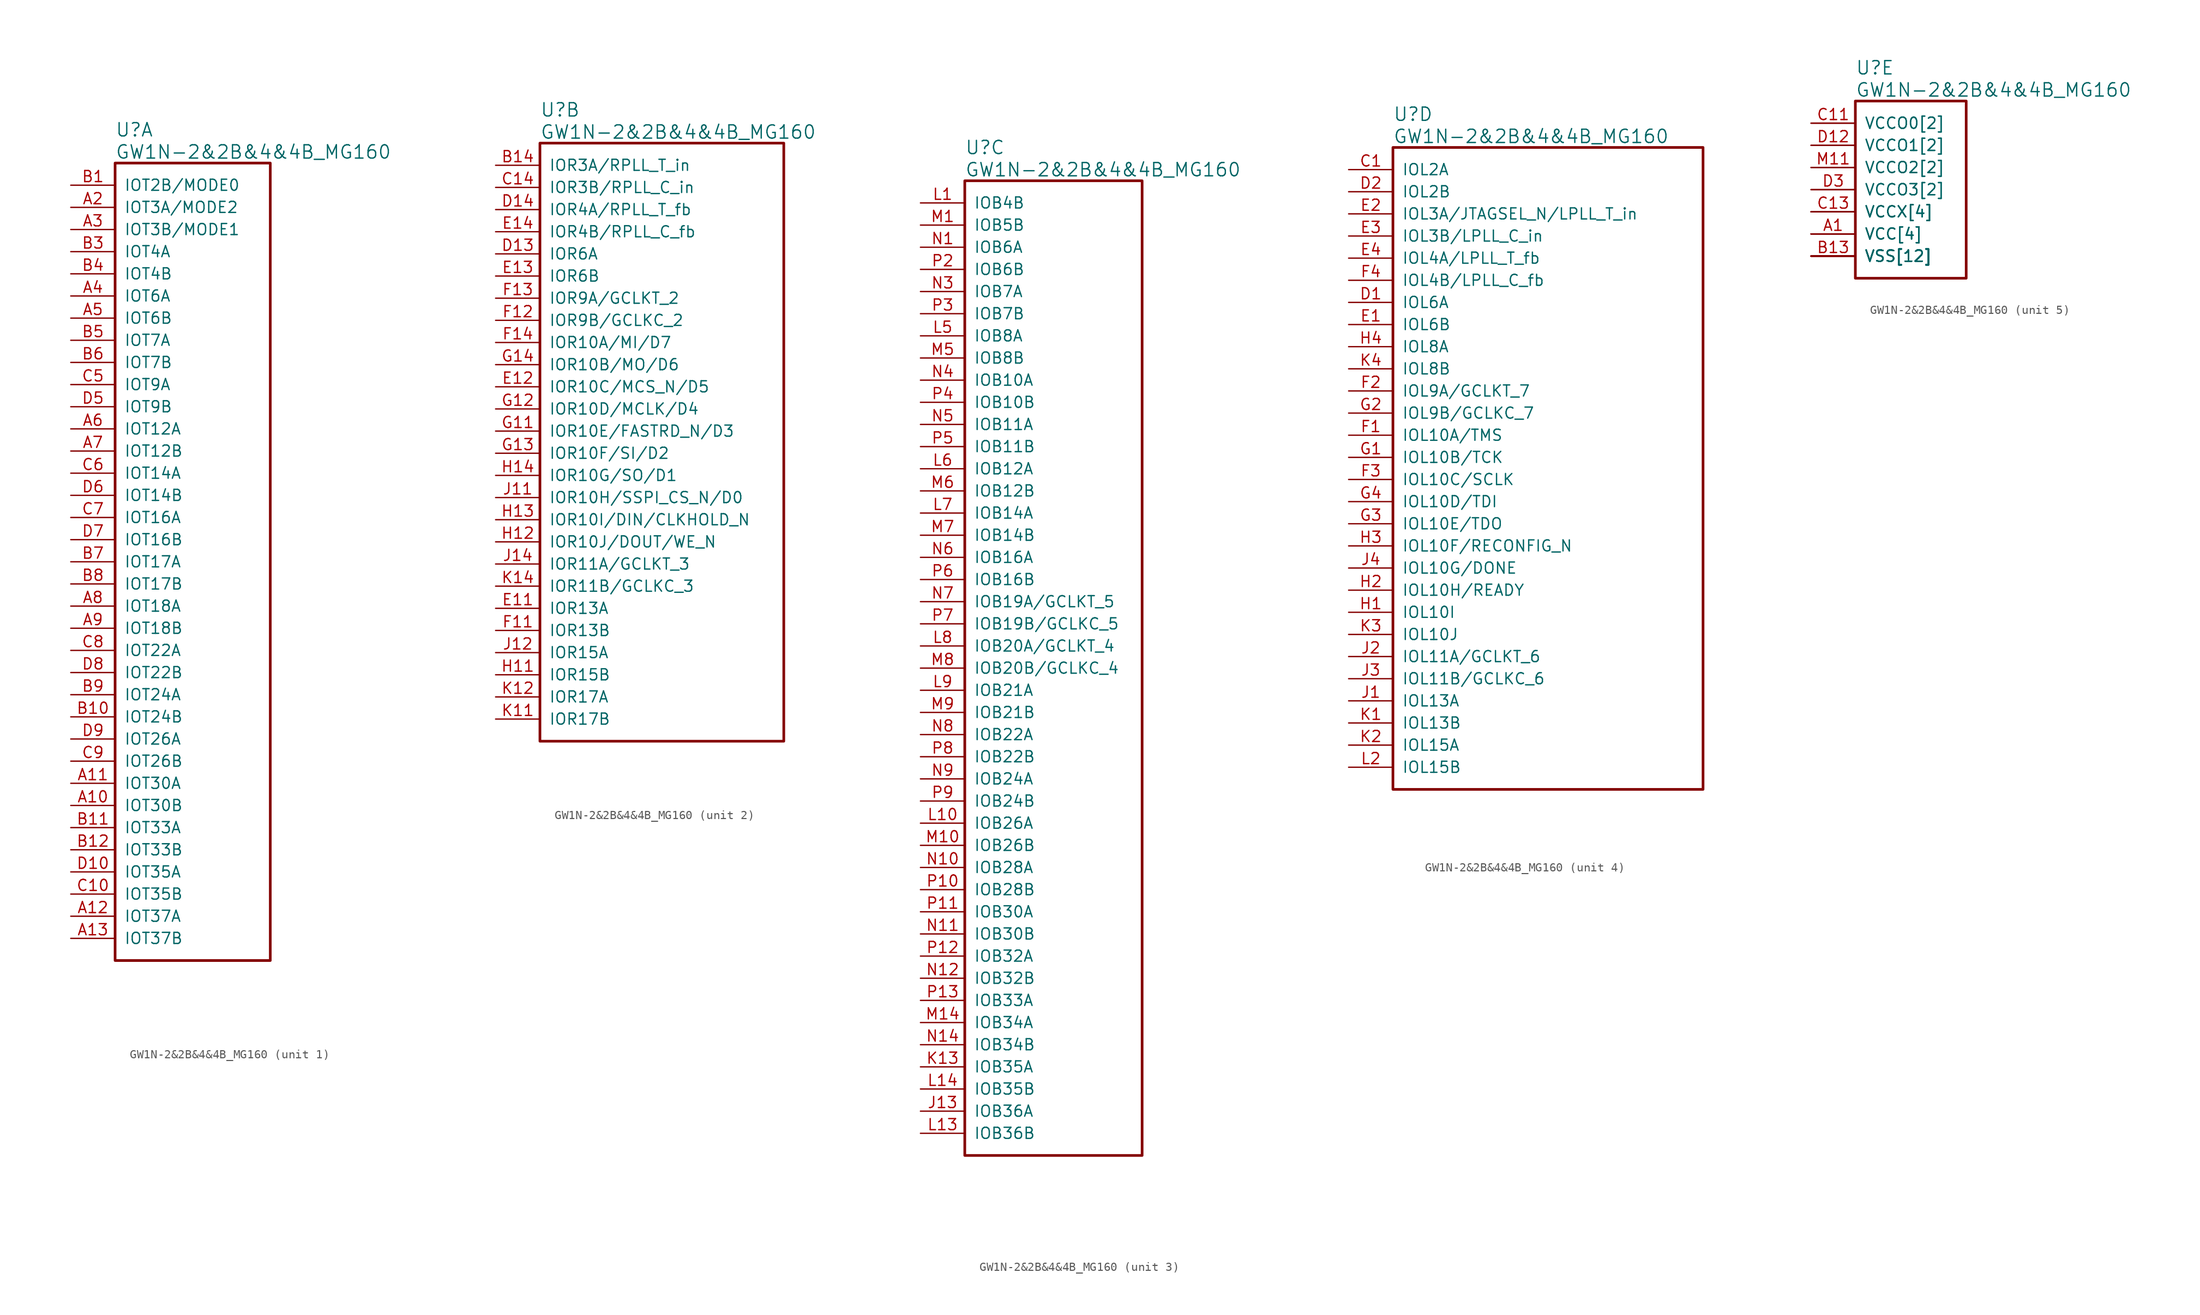
<source format=kicad_sym>
(kicad_symbol_lib
  (version 20220914)
  (generator kicad_symbol_editor)
  (symbol "GW1N-2&2B&4&4B_MG160"
    (pin_names
      (offset 1.016))
    (property "Reference" "U"
      (at 5.08 6.35 0)
      (effects (font (size 1.524 1.524)) (justify left)))
    (property "Value" "GW1N-2&2B&4&4B_MG160"
      (at 5.08 3.81 0)
      (effects (font (size 1.524 1.524)) (justify left)))
    (property "ki_locked" ""
      (at 0 0 0)
      (effects (font (size 1.27 1.27))))
    (symbol "GW1N-2&2B&4&4B_MG160_1_1"
      (rectangle (start 5.08 2.54) (end 22.86 -88.9) (stroke (width 0.305) (type solid)) (fill (type none)))
      (pin bidirectional line (at 0 -71.12 0) (length 5.08) (name "IOT30B" (effects (font (size 1.27 1.27)))) (number "A10" (effects (font (size 1.27 1.27)))))
      (pin bidirectional line (at 0 -68.58 0) (length 5.08) (name "IOT30A" (effects (font (size 1.27 1.27)))) (number "A11" (effects (font (size 1.27 1.27)))))
      (pin bidirectional line (at 0 -83.82 0) (length 5.08) (name "IOT37A" (effects (font (size 1.27 1.27)))) (number "A12" (effects (font (size 1.27 1.27)))))
      (pin bidirectional line (at 0 -86.36 0) (length 5.08) (name "IOT37B" (effects (font (size 1.27 1.27)))) (number "A13" (effects (font (size 1.27 1.27)))))
      (pin bidirectional line (at 0 -2.54 0) (length 5.08) (name "IOT3A/MODE2" (effects (font (size 1.27 1.27)))) (number "A2" (effects (font (size 1.27 1.27)))))
      (pin bidirectional line (at 0 -5.08 0) (length 5.08) (name "IOT3B/MODE1" (effects (font (size 1.27 1.27)))) (number "A3" (effects (font (size 1.27 1.27)))))
      (pin bidirectional line (at 0 -12.7 0) (length 5.08) (name "IOT6A" (effects (font (size 1.27 1.27)))) (number "A4" (effects (font (size 1.27 1.27)))))
      (pin bidirectional line (at 0 -15.24 0) (length 5.08) (name "IOT6B" (effects (font (size 1.27 1.27)))) (number "A5" (effects (font (size 1.27 1.27)))))
      (pin bidirectional line (at 0 -27.94 0) (length 5.08) (name "IOT12A" (effects (font (size 1.27 1.27)))) (number "A6" (effects (font (size 1.27 1.27)))))
      (pin bidirectional line (at 0 -30.48 0) (length 5.08) (name "IOT12B" (effects (font (size 1.27 1.27)))) (number "A7" (effects (font (size 1.27 1.27)))))
      (pin bidirectional line (at 0 -48.26 0) (length 5.08) (name "IOT18A" (effects (font (size 1.27 1.27)))) (number "A8" (effects (font (size 1.27 1.27)))))
      (pin bidirectional line (at 0 -50.8 0) (length 5.08) (name "IOT18B" (effects (font (size 1.27 1.27)))) (number "A9" (effects (font (size 1.27 1.27)))))
      (pin bidirectional line (at 0 0 0) (length 5.08) (name "IOT2B/MODE0" (effects (font (size 1.27 1.27)))) (number "B1" (effects (font (size 1.27 1.27)))))
      (pin bidirectional line (at 0 -60.96 0) (length 5.08) (name "IOT24B" (effects (font (size 1.27 1.27)))) (number "B10" (effects (font (size 1.27 1.27)))))
      (pin bidirectional line (at 0 -73.66 0) (length 5.08) (name "IOT33A" (effects (font (size 1.27 1.27)))) (number "B11" (effects (font (size 1.27 1.27)))))
      (pin bidirectional line (at 0 -76.2 0) (length 5.08) (name "IOT33B" (effects (font (size 1.27 1.27)))) (number "B12" (effects (font (size 1.27 1.27)))))
      (pin bidirectional line (at 0 -7.62 0) (length 5.08) (name "IOT4A" (effects (font (size 1.27 1.27)))) (number "B3" (effects (font (size 1.27 1.27)))))
      (pin bidirectional line (at 0 -10.16 0) (length 5.08) (name "IOT4B" (effects (font (size 1.27 1.27)))) (number "B4" (effects (font (size 1.27 1.27)))))
      (pin bidirectional line (at 0 -17.78 0) (length 5.08) (name "IOT7A" (effects (font (size 1.27 1.27)))) (number "B5" (effects (font (size 1.27 1.27)))))
      (pin bidirectional line (at 0 -20.32 0) (length 5.08) (name "IOT7B" (effects (font (size 1.27 1.27)))) (number "B6" (effects (font (size 1.27 1.27)))))
      (pin bidirectional line (at 0 -43.18 0) (length 5.08) (name "IOT17A" (effects (font (size 1.27 1.27)))) (number "B7" (effects (font (size 1.27 1.27)))))
      (pin bidirectional line (at 0 -45.72 0) (length 5.08) (name "IOT17B" (effects (font (size 1.27 1.27)))) (number "B8" (effects (font (size 1.27 1.27)))))
      (pin bidirectional line (at 0 -58.42 0) (length 5.08) (name "IOT24A" (effects (font (size 1.27 1.27)))) (number "B9" (effects (font (size 1.27 1.27)))))
      (pin bidirectional line (at 0 -81.28 0) (length 5.08) (name "IOT35B" (effects (font (size 1.27 1.27)))) (number "C10" (effects (font (size 1.27 1.27)))))
      (pin bidirectional line (at 0 -22.86 0) (length 5.08) (name "IOT9A" (effects (font (size 1.27 1.27)))) (number "C5" (effects (font (size 1.27 1.27)))))
      (pin bidirectional line (at 0 -33.02 0) (length 5.08) (name "IOT14A" (effects (font (size 1.27 1.27)))) (number "C6" (effects (font (size 1.27 1.27)))))
      (pin bidirectional line (at 0 -38.1 0) (length 5.08) (name "IOT16A" (effects (font (size 1.27 1.27)))) (number "C7" (effects (font (size 1.27 1.27)))))
      (pin bidirectional line (at 0 -53.34 0) (length 5.08) (name "IOT22A" (effects (font (size 1.27 1.27)))) (number "C8" (effects (font (size 1.27 1.27)))))
      (pin bidirectional line (at 0 -66.04 0) (length 5.08) (name "IOT26B" (effects (font (size 1.27 1.27)))) (number "C9" (effects (font (size 1.27 1.27)))))
      (pin bidirectional line (at 0 -78.74 0) (length 5.08) (name "IOT35A" (effects (font (size 1.27 1.27)))) (number "D10" (effects (font (size 1.27 1.27)))))
      (pin bidirectional line (at 0 -25.4 0) (length 5.08) (name "IOT9B" (effects (font (size 1.27 1.27)))) (number "D5" (effects (font (size 1.27 1.27)))))
      (pin bidirectional line (at 0 -35.56 0) (length 5.08) (name "IOT14B" (effects (font (size 1.27 1.27)))) (number "D6" (effects (font (size 1.27 1.27)))))
      (pin bidirectional line (at 0 -40.64 0) (length 5.08) (name "IOT16B" (effects (font (size 1.27 1.27)))) (number "D7" (effects (font (size 1.27 1.27)))))
      (pin bidirectional line (at 0 -55.88 0) (length 5.08) (name "IOT22B" (effects (font (size 1.27 1.27)))) (number "D8" (effects (font (size 1.27 1.27)))))
      (pin bidirectional line (at 0 -63.5 0) (length 5.08) (name "IOT26A" (effects (font (size 1.27 1.27)))) (number "D9" (effects (font (size 1.27 1.27))))))
    (symbol "GW1N-2&2B&4&4B_MG160_2_1"
      (rectangle (start 5.08 2.54) (end 33.02 -66.04) (stroke (width 0.305) (type solid)) (fill (type none)))
      (pin bidirectional line (at 0 0 0) (length 5.08) (name "IOR3A/RPLL_T_in" (effects (font (size 1.27 1.27)))) (number "B14" (effects (font (size 1.27 1.27)))))
      (pin bidirectional line (at 0 -2.54 0) (length 5.08) (name "IOR3B/RPLL_C_in" (effects (font (size 1.27 1.27)))) (number "C14" (effects (font (size 1.27 1.27)))))
      (pin bidirectional line (at 0 -10.16 0) (length 5.08) (name "IOR6A" (effects (font (size 1.27 1.27)))) (number "D13" (effects (font (size 1.27 1.27)))))
      (pin bidirectional line (at 0 -5.08 0) (length 5.08) (name "IOR4A/RPLL_T_fb" (effects (font (size 1.27 1.27)))) (number "D14" (effects (font (size 1.27 1.27)))))
      (pin bidirectional line (at 0 -50.8 0) (length 5.08) (name "IOR13A" (effects (font (size 1.27 1.27)))) (number "E11" (effects (font (size 1.27 1.27)))))
      (pin bidirectional line (at 0 -25.4 0) (length 5.08) (name "IOR10C/MCS_N/D5" (effects (font (size 1.27 1.27)))) (number "E12" (effects (font (size 1.27 1.27)))))
      (pin bidirectional line (at 0 -12.7 0) (length 5.08) (name "IOR6B" (effects (font (size 1.27 1.27)))) (number "E13" (effects (font (size 1.27 1.27)))))
      (pin bidirectional line (at 0 -7.62 0) (length 5.08) (name "IOR4B/RPLL_C_fb" (effects (font (size 1.27 1.27)))) (number "E14" (effects (font (size 1.27 1.27)))))
      (pin bidirectional line (at 0 -53.34 0) (length 5.08) (name "IOR13B" (effects (font (size 1.27 1.27)))) (number "F11" (effects (font (size 1.27 1.27)))))
      (pin bidirectional line (at 0 -17.78 0) (length 5.08) (name "IOR9B/GCLKC_2" (effects (font (size 1.27 1.27)))) (number "F12" (effects (font (size 1.27 1.27)))))
      (pin bidirectional line (at 0 -15.24 0) (length 5.08) (name "IOR9A/GCLKT_2" (effects (font (size 1.27 1.27)))) (number "F13" (effects (font (size 1.27 1.27)))))
      (pin bidirectional line (at 0 -20.32 0) (length 5.08) (name "IOR10A/MI/D7" (effects (font (size 1.27 1.27)))) (number "F14" (effects (font (size 1.27 1.27)))))
      (pin bidirectional line (at 0 -30.48 0) (length 5.08) (name "IOR10E/FASTRD_N/D3" (effects (font (size 1.27 1.27)))) (number "G11" (effects (font (size 1.27 1.27)))))
      (pin bidirectional line (at 0 -27.94 0) (length 5.08) (name "IOR10D/MCLK/D4" (effects (font (size 1.27 1.27)))) (number "G12" (effects (font (size 1.27 1.27)))))
      (pin bidirectional line (at 0 -33.02 0) (length 5.08) (name "IOR10F/SI/D2" (effects (font (size 1.27 1.27)))) (number "G13" (effects (font (size 1.27 1.27)))))
      (pin bidirectional line (at 0 -22.86 0) (length 5.08) (name "IOR10B/MO/D6" (effects (font (size 1.27 1.27)))) (number "G14" (effects (font (size 1.27 1.27)))))
      (pin bidirectional line (at 0 -58.42 0) (length 5.08) (name "IOR15B" (effects (font (size 1.27 1.27)))) (number "H11" (effects (font (size 1.27 1.27)))))
      (pin bidirectional line (at 0 -43.18 0) (length 5.08) (name "IOR10J/DOUT/WE_N" (effects (font (size 1.27 1.27)))) (number "H12" (effects (font (size 1.27 1.27)))))
      (pin bidirectional line (at 0 -40.64 0) (length 5.08) (name "IOR10I/DIN/CLKHOLD_N" (effects (font (size 1.27 1.27)))) (number "H13" (effects (font (size 1.27 1.27)))))
      (pin bidirectional line (at 0 -35.56 0) (length 5.08) (name "IOR10G/SO/D1" (effects (font (size 1.27 1.27)))) (number "H14" (effects (font (size 1.27 1.27)))))
      (pin bidirectional line (at 0 -38.1 0) (length 5.08) (name "IOR10H/SSPI_CS_N/D0" (effects (font (size 1.27 1.27)))) (number "J11" (effects (font (size 1.27 1.27)))))
      (pin bidirectional line (at 0 -55.88 0) (length 5.08) (name "IOR15A" (effects (font (size 1.27 1.27)))) (number "J12" (effects (font (size 1.27 1.27)))))
      (pin bidirectional line (at 0 -45.72 0) (length 5.08) (name "IOR11A/GCLKT_3" (effects (font (size 1.27 1.27)))) (number "J14" (effects (font (size 1.27 1.27)))))
      (pin bidirectional line (at 0 -63.5 0) (length 5.08) (name "IOR17B" (effects (font (size 1.27 1.27)))) (number "K11" (effects (font (size 1.27 1.27)))))
      (pin bidirectional line (at 0 -60.96 0) (length 5.08) (name "IOR17A" (effects (font (size 1.27 1.27)))) (number "K12" (effects (font (size 1.27 1.27)))))
      (pin bidirectional line (at 0 -48.26 0) (length 5.08) (name "IOR11B/GCLKC_3" (effects (font (size 1.27 1.27)))) (number "K14" (effects (font (size 1.27 1.27))))))
    (symbol "GW1N-2&2B&4&4B_MG160_3_1"
      (rectangle (start 5.08 2.54) (end 25.4 -109.22) (stroke (width 0.305) (type solid)) (fill (type none)))
      (pin bidirectional line (at 0 -104.14 0) (length 5.08) (name "IOB36A" (effects (font (size 1.27 1.27)))) (number "J13" (effects (font (size 1.27 1.27)))))
      (pin bidirectional line (at 0 -99.06 0) (length 5.08) (name "IOB35A" (effects (font (size 1.27 1.27)))) (number "K13" (effects (font (size 1.27 1.27)))))
      (pin bidirectional line (at 0 0 0) (length 5.08) (name "IOB4B" (effects (font (size 1.27 1.27)))) (number "L1" (effects (font (size 1.27 1.27)))))
      (pin bidirectional line (at 0 -71.12 0) (length 5.08) (name "IOB26A" (effects (font (size 1.27 1.27)))) (number "L10" (effects (font (size 1.27 1.27)))))
      (pin bidirectional line (at 0 -106.68 0) (length 5.08) (name "IOB36B" (effects (font (size 1.27 1.27)))) (number "L13" (effects (font (size 1.27 1.27)))))
      (pin bidirectional line (at 0 -101.6 0) (length 5.08) (name "IOB35B" (effects (font (size 1.27 1.27)))) (number "L14" (effects (font (size 1.27 1.27)))))
      (pin bidirectional line (at 0 -15.24 0) (length 5.08) (name "IOB8A" (effects (font (size 1.27 1.27)))) (number "L5" (effects (font (size 1.27 1.27)))))
      (pin bidirectional line (at 0 -30.48 0) (length 5.08) (name "IOB12A" (effects (font (size 1.27 1.27)))) (number "L6" (effects (font (size 1.27 1.27)))))
      (pin bidirectional line (at 0 -35.56 0) (length 5.08) (name "IOB14A" (effects (font (size 1.27 1.27)))) (number "L7" (effects (font (size 1.27 1.27)))))
      (pin bidirectional line (at 0 -50.8 0) (length 5.08) (name "IOB20A/GCLKT_4" (effects (font (size 1.27 1.27)))) (number "L8" (effects (font (size 1.27 1.27)))))
      (pin bidirectional line (at 0 -55.88 0) (length 5.08) (name "IOB21A" (effects (font (size 1.27 1.27)))) (number "L9" (effects (font (size 1.27 1.27)))))
      (pin bidirectional line (at 0 -2.54 0) (length 5.08) (name "IOB5B" (effects (font (size 1.27 1.27)))) (number "M1" (effects (font (size 1.27 1.27)))))
      (pin bidirectional line (at 0 -73.66 0) (length 5.08) (name "IOB26B" (effects (font (size 1.27 1.27)))) (number "M10" (effects (font (size 1.27 1.27)))))
      (pin bidirectional line (at 0 -93.98 0) (length 5.08) (name "IOB34A" (effects (font (size 1.27 1.27)))) (number "M14" (effects (font (size 1.27 1.27)))))
      (pin bidirectional line (at 0 -17.78 0) (length 5.08) (name "IOB8B" (effects (font (size 1.27 1.27)))) (number "M5" (effects (font (size 1.27 1.27)))))
      (pin bidirectional line (at 0 -33.02 0) (length 5.08) (name "IOB12B" (effects (font (size 1.27 1.27)))) (number "M6" (effects (font (size 1.27 1.27)))))
      (pin bidirectional line (at 0 -38.1 0) (length 5.08) (name "IOB14B" (effects (font (size 1.27 1.27)))) (number "M7" (effects (font (size 1.27 1.27)))))
      (pin bidirectional line (at 0 -53.34 0) (length 5.08) (name "IOB20B/GCLKC_4" (effects (font (size 1.27 1.27)))) (number "M8" (effects (font (size 1.27 1.27)))))
      (pin bidirectional line (at 0 -58.42 0) (length 5.08) (name "IOB21B" (effects (font (size 1.27 1.27)))) (number "M9" (effects (font (size 1.27 1.27)))))
      (pin bidirectional line (at 0 -5.08 0) (length 5.08) (name "IOB6A" (effects (font (size 1.27 1.27)))) (number "N1" (effects (font (size 1.27 1.27)))))
      (pin bidirectional line (at 0 -76.2 0) (length 5.08) (name "IOB28A" (effects (font (size 1.27 1.27)))) (number "N10" (effects (font (size 1.27 1.27)))))
      (pin bidirectional line (at 0 -83.82 0) (length 5.08) (name "IOB30B" (effects (font (size 1.27 1.27)))) (number "N11" (effects (font (size 1.27 1.27)))))
      (pin bidirectional line (at 0 -88.9 0) (length 5.08) (name "IOB32B" (effects (font (size 1.27 1.27)))) (number "N12" (effects (font (size 1.27 1.27)))))
      (pin bidirectional line (at 0 -96.52 0) (length 5.08) (name "IOB34B" (effects (font (size 1.27 1.27)))) (number "N14" (effects (font (size 1.27 1.27)))))
      (pin bidirectional line (at 0 -10.16 0) (length 5.08) (name "IOB7A" (effects (font (size 1.27 1.27)))) (number "N3" (effects (font (size 1.27 1.27)))))
      (pin bidirectional line (at 0 -20.32 0) (length 5.08) (name "IOB10A" (effects (font (size 1.27 1.27)))) (number "N4" (effects (font (size 1.27 1.27)))))
      (pin bidirectional line (at 0 -25.4 0) (length 5.08) (name "IOB11A" (effects (font (size 1.27 1.27)))) (number "N5" (effects (font (size 1.27 1.27)))))
      (pin bidirectional line (at 0 -40.64 0) (length 5.08) (name "IOB16A" (effects (font (size 1.27 1.27)))) (number "N6" (effects (font (size 1.27 1.27)))))
      (pin bidirectional line (at 0 -45.72 0) (length 5.08) (name "IOB19A/GCLKT_5" (effects (font (size 1.27 1.27)))) (number "N7" (effects (font (size 1.27 1.27)))))
      (pin bidirectional line (at 0 -60.96 0) (length 5.08) (name "IOB22A" (effects (font (size 1.27 1.27)))) (number "N8" (effects (font (size 1.27 1.27)))))
      (pin bidirectional line (at 0 -66.04 0) (length 5.08) (name "IOB24A" (effects (font (size 1.27 1.27)))) (number "N9" (effects (font (size 1.27 1.27)))))
      (pin bidirectional line (at 0 -78.74 0) (length 5.08) (name "IOB28B" (effects (font (size 1.27 1.27)))) (number "P10" (effects (font (size 1.27 1.27)))))
      (pin bidirectional line (at 0 -81.28 0) (length 5.08) (name "IOB30A" (effects (font (size 1.27 1.27)))) (number "P11" (effects (font (size 1.27 1.27)))))
      (pin bidirectional line (at 0 -86.36 0) (length 5.08) (name "IOB32A" (effects (font (size 1.27 1.27)))) (number "P12" (effects (font (size 1.27 1.27)))))
      (pin bidirectional line (at 0 -91.44 0) (length 5.08) (name "IOB33A" (effects (font (size 1.27 1.27)))) (number "P13" (effects (font (size 1.27 1.27)))))
      (pin bidirectional line (at 0 -7.62 0) (length 5.08) (name "IOB6B" (effects (font (size 1.27 1.27)))) (number "P2" (effects (font (size 1.27 1.27)))))
      (pin bidirectional line (at 0 -12.7 0) (length 5.08) (name "IOB7B" (effects (font (size 1.27 1.27)))) (number "P3" (effects (font (size 1.27 1.27)))))
      (pin bidirectional line (at 0 -22.86 0) (length 5.08) (name "IOB10B" (effects (font (size 1.27 1.27)))) (number "P4" (effects (font (size 1.27 1.27)))))
      (pin bidirectional line (at 0 -27.94 0) (length 5.08) (name "IOB11B" (effects (font (size 1.27 1.27)))) (number "P5" (effects (font (size 1.27 1.27)))))
      (pin bidirectional line (at 0 -43.18 0) (length 5.08) (name "IOB16B" (effects (font (size 1.27 1.27)))) (number "P6" (effects (font (size 1.27 1.27)))))
      (pin bidirectional line (at 0 -48.26 0) (length 5.08) (name "IOB19B/GCLKC_5" (effects (font (size 1.27 1.27)))) (number "P7" (effects (font (size 1.27 1.27)))))
      (pin bidirectional line (at 0 -63.5 0) (length 5.08) (name "IOB22B" (effects (font (size 1.27 1.27)))) (number "P8" (effects (font (size 1.27 1.27)))))
      (pin bidirectional line (at 0 -68.58 0) (length 5.08) (name "IOB24B" (effects (font (size 1.27 1.27)))) (number "P9" (effects (font (size 1.27 1.27))))))
    (symbol "GW1N-2&2B&4&4B_MG160_4_1"
      (rectangle (start 5.08 2.54) (end 40.64 -71.12) (stroke (width 0.305) (type solid)) (fill (type none)))
      (pin bidirectional line (at 0 0 0) (length 5.08) (name "IOL2A" (effects (font (size 1.27 1.27)))) (number "C1" (effects (font (size 1.27 1.27)))))
      (pin bidirectional line (at 0 -15.24 0) (length 5.08) (name "IOL6A" (effects (font (size 1.27 1.27)))) (number "D1" (effects (font (size 1.27 1.27)))))
      (pin bidirectional line (at 0 -2.54 0) (length 5.08) (name "IOL2B" (effects (font (size 1.27 1.27)))) (number "D2" (effects (font (size 1.27 1.27)))))
      (pin bidirectional line (at 0 -17.78 0) (length 5.08) (name "IOL6B" (effects (font (size 1.27 1.27)))) (number "E1" (effects (font (size 1.27 1.27)))))
      (pin bidirectional line (at 0 -5.08 0) (length 5.08) (name "IOL3A/JTAGSEL_N/LPLL_T_in" (effects (font (size 1.27 1.27)))) (number "E2" (effects (font (size 1.27 1.27)))))
      (pin bidirectional line (at 0 -7.62 0) (length 5.08) (name "IOL3B/LPLL_C_in" (effects (font (size 1.27 1.27)))) (number "E3" (effects (font (size 1.27 1.27)))))
      (pin bidirectional line (at 0 -10.16 0) (length 5.08) (name "IOL4A/LPLL_T_fb" (effects (font (size 1.27 1.27)))) (number "E4" (effects (font (size 1.27 1.27)))))
      (pin bidirectional line (at 0 -30.48 0) (length 5.08) (name "IOL10A/TMS" (effects (font (size 1.27 1.27)))) (number "F1" (effects (font (size 1.27 1.27)))))
      (pin bidirectional line (at 0 -25.4 0) (length 5.08) (name "IOL9A/GCLKT_7" (effects (font (size 1.27 1.27)))) (number "F2" (effects (font (size 1.27 1.27)))))
      (pin bidirectional line (at 0 -35.56 0) (length 5.08) (name "IOL10C/SCLK" (effects (font (size 1.27 1.27)))) (number "F3" (effects (font (size 1.27 1.27)))))
      (pin bidirectional line (at 0 -12.7 0) (length 5.08) (name "IOL4B/LPLL_C_fb" (effects (font (size 1.27 1.27)))) (number "F4" (effects (font (size 1.27 1.27)))))
      (pin bidirectional line (at 0 -33.02 0) (length 5.08) (name "IOL10B/TCK" (effects (font (size 1.27 1.27)))) (number "G1" (effects (font (size 1.27 1.27)))))
      (pin bidirectional line (at 0 -27.94 0) (length 5.08) (name "IOL9B/GCLKC_7" (effects (font (size 1.27 1.27)))) (number "G2" (effects (font (size 1.27 1.27)))))
      (pin bidirectional line (at 0 -40.64 0) (length 5.08) (name "IOL10E/TDO" (effects (font (size 1.27 1.27)))) (number "G3" (effects (font (size 1.27 1.27)))))
      (pin bidirectional line (at 0 -38.1 0) (length 5.08) (name "IOL10D/TDI" (effects (font (size 1.27 1.27)))) (number "G4" (effects (font (size 1.27 1.27)))))
      (pin bidirectional line (at 0 -50.8 0) (length 5.08) (name "IOL10I" (effects (font (size 1.27 1.27)))) (number "H1" (effects (font (size 1.27 1.27)))))
      (pin bidirectional line (at 0 -48.26 0) (length 5.08) (name "IOL10H/READY" (effects (font (size 1.27 1.27)))) (number "H2" (effects (font (size 1.27 1.27)))))
      (pin bidirectional line (at 0 -43.18 0) (length 5.08) (name "IOL10F/RECONFIG_N" (effects (font (size 1.27 1.27)))) (number "H3" (effects (font (size 1.27 1.27)))))
      (pin bidirectional line (at 0 -20.32 0) (length 5.08) (name "IOL8A" (effects (font (size 1.27 1.27)))) (number "H4" (effects (font (size 1.27 1.27)))))
      (pin bidirectional line (at 0 -60.96 0) (length 5.08) (name "IOL13A" (effects (font (size 1.27 1.27)))) (number "J1" (effects (font (size 1.27 1.27)))))
      (pin bidirectional line (at 0 -55.88 0) (length 5.08) (name "IOL11A/GCLKT_6" (effects (font (size 1.27 1.27)))) (number "J2" (effects (font (size 1.27 1.27)))))
      (pin bidirectional line (at 0 -58.42 0) (length 5.08) (name "IOL11B/GCLKC_6" (effects (font (size 1.27 1.27)))) (number "J3" (effects (font (size 1.27 1.27)))))
      (pin bidirectional line (at 0 -45.72 0) (length 5.08) (name "IOL10G/DONE" (effects (font (size 1.27 1.27)))) (number "J4" (effects (font (size 1.27 1.27)))))
      (pin bidirectional line (at 0 -63.5 0) (length 5.08) (name "IOL13B" (effects (font (size 1.27 1.27)))) (number "K1" (effects (font (size 1.27 1.27)))))
      (pin bidirectional line (at 0 -66.04 0) (length 5.08) (name "IOL15A" (effects (font (size 1.27 1.27)))) (number "K2" (effects (font (size 1.27 1.27)))))
      (pin bidirectional line (at 0 -53.34 0) (length 5.08) (name "IOL10J" (effects (font (size 1.27 1.27)))) (number "K3" (effects (font (size 1.27 1.27)))))
      (pin bidirectional line (at 0 -22.86 0) (length 5.08) (name "IOL8B" (effects (font (size 1.27 1.27)))) (number "K4" (effects (font (size 1.27 1.27)))))
      (pin bidirectional line (at 0 -68.58 0) (length 5.08) (name "IOL15B" (effects (font (size 1.27 1.27)))) (number "L2" (effects (font (size 1.27 1.27))))))
    (symbol "GW1N-2&2B&4&4B_MG160_5_1"
      (rectangle (start 5.08 2.54) (end 17.78 -17.78) (stroke (width 0.305) (type solid)) (fill (type none)))
      (pin power_in line (at 0 -12.7 0) (length 5.08) (name "VCC[4]" (effects (font (size 1.27 1.27)))) (number "A1" (effects (font (size 1.27 1.27)))))
      (pin power_in line (at 0 -12.7 0) (length 5.08) (name "VCC[4]" (effects (font (size 1.27 1.27)))) (number "A14" (effects (font (size 0 0)))))
      (pin power_in line (at 0 -15.24 0) (length 5.08) (name "VSS[12]" (effects (font (size 1.27 1.27)))) (number "B13" (effects (font (size 1.27 1.27)))))
      (pin power_in line (at 0 -15.24 0) (length 5.08) (name "VSS[12]" (effects (font (size 1.27 1.27)))) (number "B2" (effects (font (size 0 0)))))
      (pin power_in line (at 0 0 0) (length 5.08) (name "VCCO0[2]" (effects (font (size 1.27 1.27)))) (number "C11" (effects (font (size 1.27 1.27)))))
      (pin power_in line (at 0 -15.24 0) (length 5.08) (name "VSS[12]" (effects (font (size 1.27 1.27)))) (number "C12" (effects (font (size 0 0)))))
      (pin power_in line (at 0 -10.16 0) (length 5.08) (name "VCCX[4]" (effects (font (size 1.27 1.27)))) (number "C13" (effects (font (size 1.27 1.27)))))
      (pin power_in line (at 0 -10.16 0) (length 5.08) (name "VCCX[4]" (effects (font (size 1.27 1.27)))) (number "C2" (effects (font (size 0 0)))))
      (pin power_in line (at 0 -15.24 0) (length 5.08) (name "VSS[12]" (effects (font (size 1.27 1.27)))) (number "C3" (effects (font (size 0 0)))))
      (pin power_in line (at 0 0 0) (length 5.08) (name "VCCO0[2]" (effects (font (size 1.27 1.27)))) (number "C4" (effects (font (size 0 0)))))
      (pin power_in line (at 0 -15.24 0) (length 5.08) (name "VSS[12]" (effects (font (size 1.27 1.27)))) (number "D11" (effects (font (size 0 0)))))
      (pin power_in line (at 0 -2.54 0) (length 5.08) (name "VCCO1[2]" (effects (font (size 1.27 1.27)))) (number "D12" (effects (font (size 1.27 1.27)))))
      (pin power_in line (at 0 -7.62 0) (length 5.08) (name "VCCO3[2]" (effects (font (size 1.27 1.27)))) (number "D3" (effects (font (size 1.27 1.27)))))
      (pin power_in line (at 0 -15.24 0) (length 5.08) (name "VSS[12]" (effects (font (size 1.27 1.27)))) (number "D4" (effects (font (size 0 0)))))
      (pin power_in line (at 0 -15.24 0) (length 5.08) (name "VSS[12]" (effects (font (size 1.27 1.27)))) (number "L11" (effects (font (size 0 0)))))
      (pin power_in line (at 0 -2.54 0) (length 5.08) (name "VCCO1[2]" (effects (font (size 1.27 1.27)))) (number "L12" (effects (font (size 0 0)))))
      (pin power_in line (at 0 -7.62 0) (length 5.08) (name "VCCO3[2]" (effects (font (size 1.27 1.27)))) (number "L3" (effects (font (size 0 0)))))
      (pin power_in line (at 0 -15.24 0) (length 5.08) (name "VSS[12]" (effects (font (size 1.27 1.27)))) (number "L4" (effects (font (size 0 0)))))
      (pin power_in line (at 0 -5.08 0) (length 5.08) (name "VCCO2[2]" (effects (font (size 1.27 1.27)))) (number "M11" (effects (font (size 1.27 1.27)))))
      (pin power_in line (at 0 -15.24 0) (length 5.08) (name "VSS[12]" (effects (font (size 1.27 1.27)))) (number "M12" (effects (font (size 0 0)))))
      (pin power_in line (at 0 -10.16 0) (length 5.08) (name "VCCX[4]" (effects (font (size 1.27 1.27)))) (number "M13" (effects (font (size 0 0)))))
      (pin power_in line (at 0 -10.16 0) (length 5.08) (name "VCCX[4]" (effects (font (size 1.27 1.27)))) (number "M2" (effects (font (size 0 0)))))
      (pin power_in line (at 0 -15.24 0) (length 5.08) (name "VSS[12]" (effects (font (size 1.27 1.27)))) (number "M3" (effects (font (size 0 0)))))
      (pin power_in line (at 0 -5.08 0) (length 5.08) (name "VCCO2[2]" (effects (font (size 1.27 1.27)))) (number "M4" (effects (font (size 0 0)))))
      (pin power_in line (at 0 -15.24 0) (length 5.08) (name "VSS[12]" (effects (font (size 1.27 1.27)))) (number "N13" (effects (font (size 0 0)))))
      (pin power_in line (at 0 -15.24 0) (length 5.08) (name "VSS[12]" (effects (font (size 1.27 1.27)))) (number "N2" (effects (font (size 0 0)))))
      (pin power_in line (at 0 -12.7 0) (length 5.08) (name "VCC[4]" (effects (font (size 1.27 1.27)))) (number "P1" (effects (font (size 0 0)))))
      (pin power_in line (at 0 -12.7 0) (length 5.08) (name "VCC[4]" (effects (font (size 1.27 1.27)))) (number "P14" (effects (font (size 0 0))))))))
</source>
